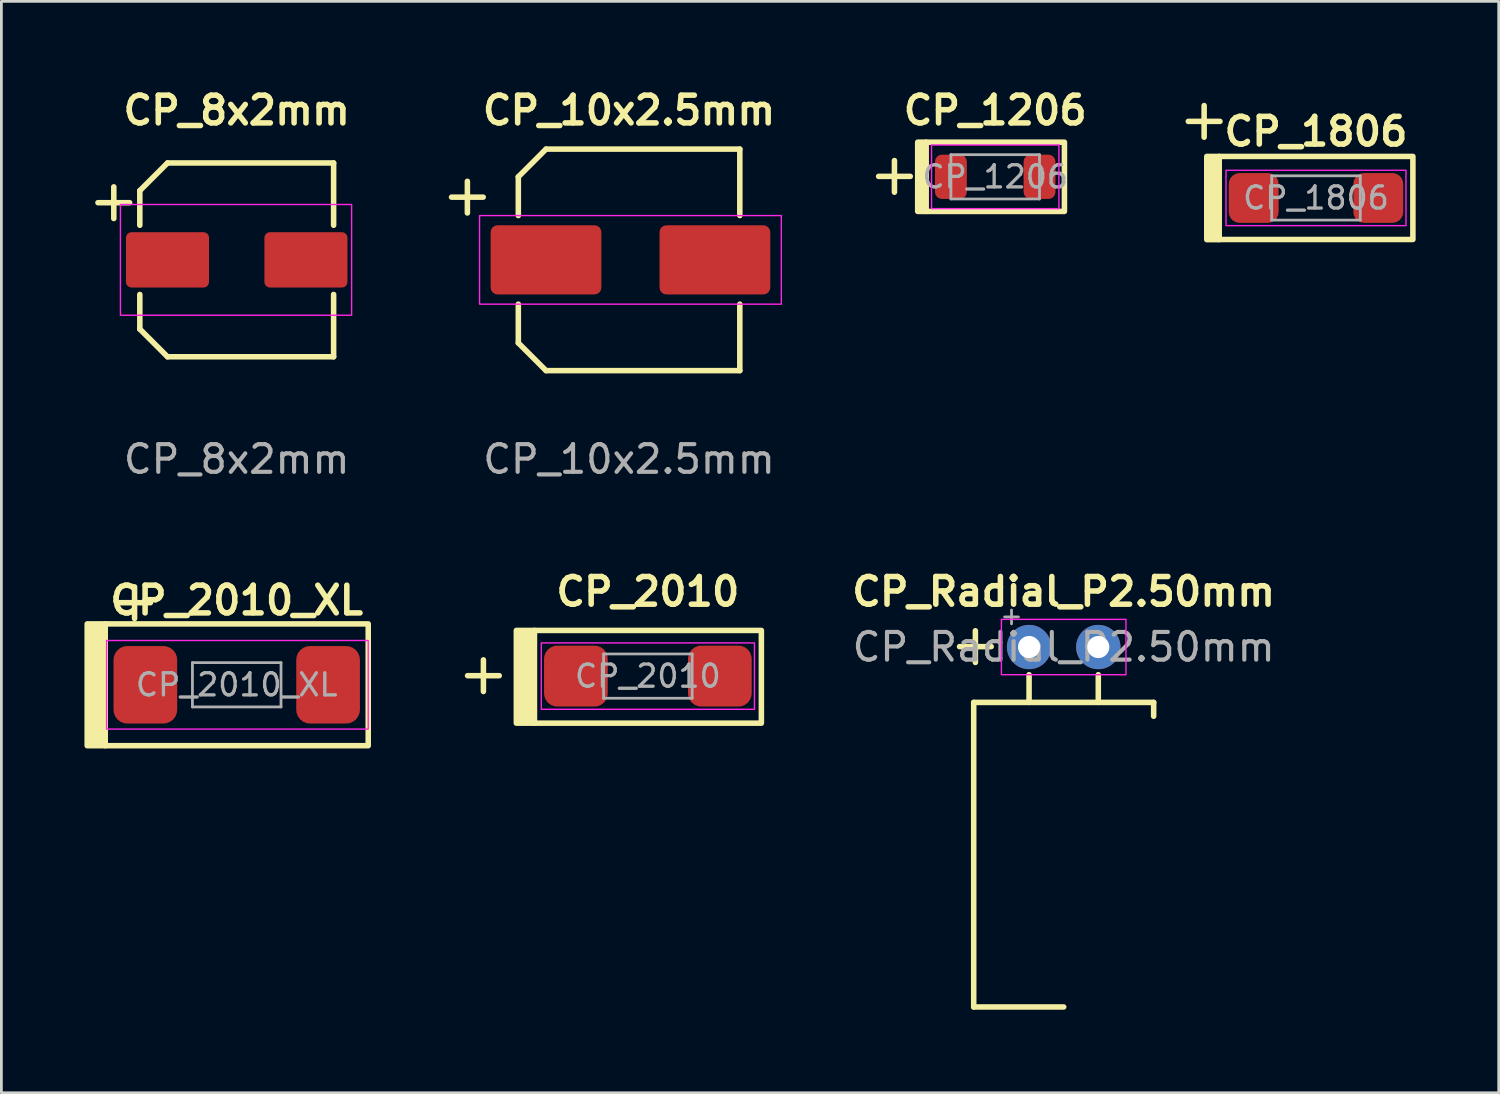
<source format=kicad_pcb>
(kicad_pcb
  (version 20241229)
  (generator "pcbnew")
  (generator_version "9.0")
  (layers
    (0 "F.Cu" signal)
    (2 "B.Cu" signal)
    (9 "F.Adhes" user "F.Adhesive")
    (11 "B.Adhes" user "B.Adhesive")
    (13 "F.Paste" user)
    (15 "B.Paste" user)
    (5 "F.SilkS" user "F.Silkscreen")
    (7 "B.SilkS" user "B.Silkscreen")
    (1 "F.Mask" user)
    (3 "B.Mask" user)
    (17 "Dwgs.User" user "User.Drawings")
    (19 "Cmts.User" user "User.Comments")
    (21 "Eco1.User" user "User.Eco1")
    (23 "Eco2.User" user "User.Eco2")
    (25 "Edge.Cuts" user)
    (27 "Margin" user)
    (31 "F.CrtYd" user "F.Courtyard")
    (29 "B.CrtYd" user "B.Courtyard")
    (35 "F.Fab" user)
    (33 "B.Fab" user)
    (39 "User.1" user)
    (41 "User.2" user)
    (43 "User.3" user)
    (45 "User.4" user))
  (footprint "CP_1206"
    (layer "F.Cu")
    (at 32.896 3.336)
    (property "Reference" "CP_1206" (at 0 -2.4 0) (unlocked yes) (layer "F.SilkS") (effects (font (size 1 1) (thickness 0.2) (bold yes))))
    (attr smd)
    (fp_rect (start -2.8 -1.25) (end -2.5 1.25) (stroke (width 0.2) (type solid)) (fill yes) (layer "F.SilkS"))
    (fp_rect (start -2.5 -1.25) (end 2.5 1.25) (stroke (width 0.2) (type default)) (fill no) (layer "F.SilkS"))
    (fp_line (start -2.3 -1.15) (end 2.3 -1.15) (stroke (width 0.05) (type solid)) (layer "F.CrtYd"))
    (fp_line (start -2.3 1.15) (end -2.3 -1.15) (stroke (width 0.05) (type solid)) (layer "F.CrtYd"))
    (fp_line (start 2.3 -1.15) (end 2.3 1.15) (stroke (width 0.05) (type solid)) (layer "F.CrtYd"))
    (fp_line (start 2.3 1.15) (end -2.3 1.15) (stroke (width 0.05) (type solid)) (layer "F.CrtYd"))
    (fp_line (start -1.6 -0.8) (end 1.6 -0.8) (stroke (width 0.1) (type solid)) (layer "F.Fab"))
    (fp_line (start -1.6 0.8) (end -1.6 -0.8) (stroke (width 0.1) (type solid)) (layer "F.Fab"))
    (fp_line (start 1.6 -0.8) (end 1.6 0.8) (stroke (width 0.1) (type solid)) (layer "F.Fab"))
    (fp_line (start 1.6 0.8) (end -1.6 0.8) (stroke (width 0.1) (type solid)) (layer "F.Fab"))
    (fp_text user "+" (at -4.7 0.75 0) (unlocked yes) (layer "F.SilkS") (effects (font (size 1.5 1.5) (thickness 0.2) (bold yes)) (justify left bottom)))
    (fp_text user "${REFERENCE}" (at 0 0 0) (layer "F.Fab") (effects (font (size 0.8 0.8) (thickness 0.12))))
    (pad "1" smd roundrect (at -1.6 0) (size 1.15 1.6) (layers "F.Cu" "F.Mask" "F.Paste") (roundrect_rratio 0.217))
    (pad "2" smd roundrect (at 1.6 0) (size 1.15 1.6) (layers "F.Cu" "F.Mask" "F.Paste") (roundrect_rratio 0.217)))
  (footprint "CP_1806"
    (layer "F.Cu")
    (at 44.482 4.1)
    (property "Reference" "CP_1806" (at 0 -2.4 0) (unlocked yes) (layer "F.SilkS") (effects (font (size 1 1) (thickness 0.2) (bold yes))))
    (attr smd)
    (fp_rect (start -3.945 -1.5) (end -3.5 1.505) (stroke (width 0.2) (type solid)) (fill yes) (layer "F.SilkS"))
    (fp_rect (start -3.5 -1.5) (end 3.5 1.5) (stroke (width 0.2) (type default)) (fill no) (layer "F.SilkS"))
    (fp_rect (start -3.25 -1) (end 3.25 1) (stroke (width 0.05) (type default)) (fill no) (layer "F.CrtYd"))
    (fp_line (start -1.6 -0.8) (end 1.6 -0.8) (stroke (width 0.1) (type solid)) (layer "F.Fab"))
    (fp_line (start -1.6 0.8) (end -1.6 -0.8) (stroke (width 0.1) (type solid)) (layer "F.Fab"))
    (fp_line (start 1.6 -0.8) (end 1.6 0.8) (stroke (width 0.1) (type solid)) (layer "F.Fab"))
    (fp_line (start 1.6 0.8) (end -1.6 0.8) (stroke (width 0.1) (type solid)) (layer "F.Fab"))
    (fp_text user "+" (at -5.1 -2 0) (unlocked yes) (layer "F.SilkS") (effects (font (size 1.5 1.5) (thickness 0.2) (bold yes)) (justify left bottom)))
    (fp_text user "${REFERENCE}" (at 0 0 0) (layer "F.Fab") (effects (font (size 0.8 0.8) (thickness 0.12))))
    (pad "1" smd roundrect (at -2.25 0) (size 1.8 1.8) (layers "F.Cu" "F.Mask" "F.Paste") (roundrect_rratio 0.217))
    (pad "2" smd roundrect (at 2.25 0) (size 1.8 1.8) (layers "F.Cu" "F.Mask" "F.Paste") (roundrect_rratio 0.217)))
  (footprint "CP_2010_XL"
    (layer "F.Cu")
    (at 5.5 21.684)
    (property "Reference" "CP_2010_XL" (at 0 -3.05 0) (unlocked yes) (layer "F.SilkS") (effects (font (size 1 1) (thickness 0.2) (bold yes))))
    (attr smd)
    (fp_rect (start -5.4 -2.2) (end -4.75 2.2) (stroke (width 0.2) (type solid)) (fill yes) (layer "F.SilkS"))
    (fp_rect (start -4.75 -2.2) (end 4.75 2.2) (stroke (width 0.2) (type default)) (fill no) (layer "F.SilkS"))
    (fp_rect (start -4.7 -1.6) (end 4.75 1.6) (stroke (width 0.05) (type default)) (fill no) (layer "F.CrtYd"))
    (fp_line (start -1.6 -0.8) (end 1.6 -0.8) (stroke (width 0.1) (type solid)) (layer "F.Fab"))
    (fp_line (start -1.6 0.8) (end -1.6 -0.8) (stroke (width 0.1) (type solid)) (layer "F.Fab"))
    (fp_line (start 1.6 -0.8) (end 1.6 0.8) (stroke (width 0.1) (type solid)) (layer "F.Fab"))
    (fp_line (start 1.6 0.8) (end -1.6 0.8) (stroke (width 0.1) (type solid)) (layer "F.Fab"))
    (fp_text user "+" (at -4.75 -2.2 0) (unlocked yes) (layer "F.SilkS") (effects (font (size 1.5 1.5) (thickness 0.2) (bold yes)) (justify left bottom)))
    (fp_text user "${REFERENCE}" (at 0 0 0) (layer "F.Fab") (effects (font (size 0.8 0.8) (thickness 0.12))))
    (pad "1" smd roundrect (at -3.3 0) (size 2.3 2.8) (layers "F.Cu" "F.Mask" "F.Paste") (roundrect_rratio 0.217))
    (pad "2" smd roundrect (at 3.3 0) (size 2.3 2.8) (layers "F.Cu" "F.Mask" "F.Paste") (roundrect_rratio 0.217)))
  (footprint "CP_Radial_P2.50mm"
    (layer "F.Cu")
    (at 34.119 20.32)
    (property "Reference" "CP_Radial_P2.50mm" (at 1.25 -2 0) (layer "F.SilkS") (effects (font (size 1 1) (thickness 0.2) (bold yes))))
    (attr through_hole)
    (fp_line (start -2 2) (end -2 13) (stroke (width 0.2) (type default)) (layer "F.SilkS"))
    (fp_line (start 0 1) (end 0 2) (stroke (width 0.2) (type default)) (layer "F.SilkS"))
    (fp_line (start 1.25 13) (end -2 13) (stroke (width 0.2) (type default)) (layer "F.SilkS"))
    (fp_line (start 2.5 1) (end 2.5 2) (stroke (width 0.2) (type default)) (layer "F.SilkS"))
    (fp_line (start 4.5 2) (end -2 2) (stroke (width 0.2) (type default)) (layer "F.SilkS"))
    (fp_line (start 4.5 2) (end 4.5 2.5) (stroke (width 0.2) (type default)) (layer "F.SilkS"))
    (fp_rect (start -1 -1) (end 3.5 1) (stroke (width 0.05) (type default)) (fill no) (layer "F.CrtYd"))
    (fp_line (start -0.884 -1.087) (end -0.384 -1.087) (stroke (width 0.1) (type solid)) (layer "F.Fab"))
    (fp_line (start -0.634 -1.337) (end -0.634 -0.838) (stroke (width 0.1) (type solid)) (layer "F.Fab"))
    (fp_text user "+" (at -3 0.75 0) (unlocked yes) (layer "F.SilkS") (effects (font (size 1.5 1.5) (thickness 0.2)) (justify left bottom)))
    (fp_text user "${REFERENCE}" (at 1.25 0 0) (layer "F.Fab") (effects (font (size 1 1) (thickness 0.15))))
    (pad "1" thru_hole circle (at 0 0) (size 1.6 1.6) (drill 0.8) (layers "*.Cu" "*.Mask"))
    (pad "2" thru_hole circle (at 2.5 0) (size 1.6 1.6) (drill 0.8) (layers "*.Cu" "*.Mask")))
  (footprint "CP_2010"
    (layer "F.Cu")
    (at 20.35 21.37)
    (property "Reference" "CP_2010" (at 0 -3.05 0) (unlocked yes) (layer "F.SilkS") (effects (font (size 1 1) (thickness 0.2) (bold yes))))
    (attr smd)
    (fp_rect (start -4.75 -1.65) (end -4.1 1.7) (stroke (width 0.2) (type solid)) (fill yes) (layer "F.SilkS"))
    (fp_rect (start -4.1 -1.65) (end 4.1 1.7) (stroke (width 0.2) (type default)) (fill no) (layer "F.SilkS"))
    (fp_rect (start -3.85 -1.2) (end 3.85 1.2) (stroke (width 0.05) (type default)) (fill no) (layer "F.CrtYd"))
    (fp_line (start -1.6 -0.8) (end 1.6 -0.8) (stroke (width 0.1) (type solid)) (layer "F.Fab"))
    (fp_line (start -1.6 0.8) (end -1.6 -0.8) (stroke (width 0.1) (type solid)) (layer "F.Fab"))
    (fp_line (start 1.6 -0.8) (end 1.6 0.8) (stroke (width 0.1) (type solid)) (layer "F.Fab"))
    (fp_line (start 1.6 0.8) (end -1.6 0.8) (stroke (width 0.1) (type solid)) (layer "F.Fab"))
    (fp_text user "+" (at -7 0.75 0) (unlocked yes) (layer "F.SilkS") (effects (font (size 1.5 1.5) (thickness 0.2) (bold yes)) (justify left bottom)))
    (fp_text user "${REFERENCE}" (at 0 0 0) (layer "F.Fab") (effects (font (size 0.8 0.8) (thickness 0.12))))
    (pad "1" smd roundrect (at -2.6 0) (size 2.3 2.2) (layers "F.Cu" "F.Mask" "F.Paste") (roundrect_rratio 0.217))
    (pad "2" smd roundrect (at 2.6 0) (size 2.3 2.2) (layers "F.Cu" "F.Mask" "F.Paste") (roundrect_rratio 0.217)))
  (footprint "CP_8x2mm"
    (layer "F.Cu")
    (at 5.5 6.336)
    (property "Reference" "CP_8x2mm" (at 0 -5.4 0) (unlocked yes) (layer "F.SilkS") (effects (font (size 1 1) (thickness 0.2) (bold yes))))
    (attr smd)
    (fp_line (start -3.5 -2.5) (end -2.5 -3.5) (stroke (width 0.2) (type default)) (layer "F.SilkS"))
    (fp_line (start -3.5 -1.25) (end -3.5 -2.5) (stroke (width 0.2) (type default)) (layer "F.SilkS"))
    (fp_line (start -3.5 2.5) (end -3.5 1.25) (stroke (width 0.2) (type default)) (layer "F.SilkS"))
    (fp_line (start -2.5 -3.5) (end 3.5 -3.5) (stroke (width 0.2) (type default)) (layer "F.SilkS"))
    (fp_line (start -2.5 3.5) (end -3.5 2.5) (stroke (width 0.2) (type default)) (layer "F.SilkS"))
    (fp_line (start -2.5 3.5) (end 3.5 3.5) (stroke (width 0.2) (type default)) (layer "F.SilkS"))
    (fp_line (start 3.5 -1.25) (end 3.5 -3.5) (stroke (width 0.2) (type default)) (layer "F.SilkS"))
    (fp_line (start 3.5 3.5) (end 3.5 1.25) (stroke (width 0.2) (type default)) (layer "F.SilkS"))
    (fp_rect (start -4.2 -2) (end 4.15 2) (stroke (width 0.05) (type default)) (fill no) (layer "F.CrtYd"))
    (fp_text user "+" (at -5.5 -1.3 0) (unlocked yes) (layer "F.SilkS") (effects (font (size 1.5 1.5) (thickness 0.2) (bold yes)) (justify left bottom)))
    (fp_text user "${REFERENCE}" (at 0 7.2 0) (unlocked yes) (layer "F.Fab") (effects (font (size 1 1) (thickness 0.15))))
    (pad "1" smd roundrect (at -2.5 0) (size 3 2) (layers "F.Cu" "F.Mask" "F.Paste") (roundrect_rratio 0.1))
    (pad "2" smd roundrect (at 2.5 0) (size 3 2) (layers "F.Cu" "F.Mask" "F.Paste") (roundrect_rratio 0.1)))
  (footprint "CP_10x2.5mm"
    (layer "F.Cu")
    (at 19.671 6.336)
    (property "Reference" "CP_10x2.5mm" (at 0 -5.4 0) (unlocked yes) (layer "F.SilkS") (effects (font (size 1 1) (thickness 0.2) (bold yes))))
    (attr smd)
    (fp_line (start -4 -3) (end -3 -4) (stroke (width 0.2) (type default)) (layer "F.SilkS"))
    (fp_line (start -4 -1.6) (end -4 -3) (stroke (width 0.2) (type default)) (layer "F.SilkS"))
    (fp_line (start -4 3) (end -4 1.6) (stroke (width 0.2) (type default)) (layer "F.SilkS"))
    (fp_line (start -3 -4) (end 4 -4) (stroke (width 0.2) (type default)) (layer "F.SilkS"))
    (fp_line (start -3 4) (end -4 3) (stroke (width 0.2) (type default)) (layer "F.SilkS"))
    (fp_line (start -3 4) (end 4 4) (stroke (width 0.2) (type default)) (layer "F.SilkS"))
    (fp_line (start 4 -1.6) (end 4 -4) (stroke (width 0.2) (type default)) (layer "F.SilkS"))
    (fp_line (start 4 4) (end 4 1.6) (stroke (width 0.2) (type default)) (layer "F.SilkS"))
    (fp_rect (start -5.4 -1.6) (end 5.5 1.6) (stroke (width 0.05) (type default)) (fill no) (layer "F.CrtYd"))
    (fp_text user "+" (at -6.9 -1.5 0) (unlocked yes) (layer "F.SilkS") (effects (font (size 1.5 1.5) (thickness 0.2) (bold yes)) (justify left bottom)))
    (fp_text user "${REFERENCE}" (at 0 7.2 0) (unlocked yes) (layer "F.Fab") (effects (font (size 1 1) (thickness 0.15))))
    (pad "1" smd roundrect (at -3 0) (size 4 2.5) (layers "F.Cu" "F.Mask" "F.Paste") (roundrect_rratio 0.1))
    (pad "2" smd roundrect (at 3.1 0) (size 4 2.5) (layers "F.Cu" "F.Mask" "F.Paste") (roundrect_rratio 0.1)))
  (gr_rect
    (start -3 -3)
    (end 51.082 36.42)
    (stroke (width 0.1) (type default))
    (fill no)
    (layer "Edge.Cuts")))
</source>
